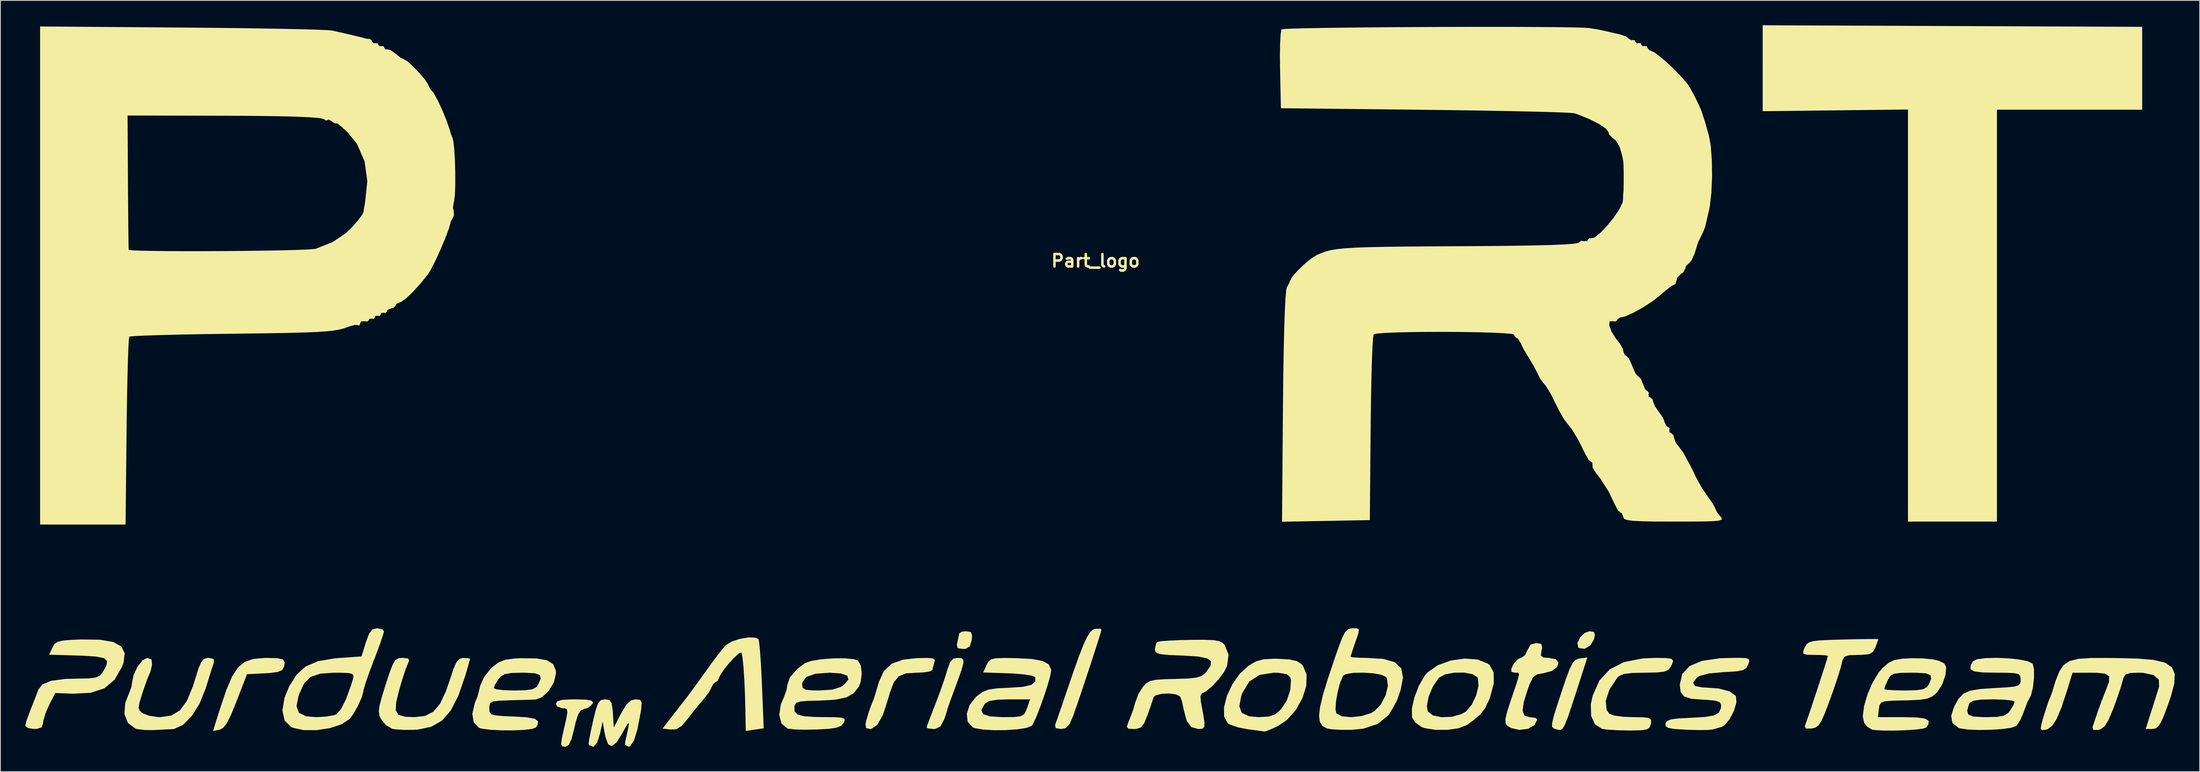
<source format=kicad_pcb>
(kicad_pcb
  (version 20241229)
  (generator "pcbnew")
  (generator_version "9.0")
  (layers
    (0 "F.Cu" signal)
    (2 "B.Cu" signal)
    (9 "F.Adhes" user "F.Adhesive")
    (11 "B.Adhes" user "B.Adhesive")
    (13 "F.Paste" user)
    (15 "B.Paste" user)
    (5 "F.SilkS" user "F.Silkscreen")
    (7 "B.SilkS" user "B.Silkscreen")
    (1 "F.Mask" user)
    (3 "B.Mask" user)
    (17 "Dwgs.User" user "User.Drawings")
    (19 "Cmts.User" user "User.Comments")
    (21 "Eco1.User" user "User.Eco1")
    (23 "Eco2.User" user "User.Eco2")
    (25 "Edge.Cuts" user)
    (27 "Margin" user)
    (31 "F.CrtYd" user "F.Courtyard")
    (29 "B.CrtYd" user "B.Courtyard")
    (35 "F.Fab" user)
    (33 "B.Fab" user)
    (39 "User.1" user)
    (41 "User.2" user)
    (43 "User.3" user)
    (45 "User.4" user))
  (footprint "Part_logo"
    (layer "F.Cu")
    (at 129.146 28.441)
    (property "Reference" "Part_logo" (at 0 0 0) (layer "F.SilkS") (effects (font (size 1.5 1.5) (thickness 0.3))))
    (attr board_only exclude_from_pos_files exclude_from_bom)
    (fp_poly (pts (xy 60.144 44.81) (xy 60.241 45.228) (xy 60.136 45.702) (xy 59.699 46.44) (xy 59.02 46.838) (xy 58.358 46.765) (xy 58.232 46.665) (xy 58.135 46.144) (xy 58.458 45.478) (xy 59.025 44.92) (xy 59.591 44.718)) (stroke (width 0) (type solid)) (fill yes) (layer "F.SilkS"))
    (fp_poly (pts (xy -15.051 44.817) (xy -14.896 45.255) (xy -14.949 45.792) (xy -15.187 46.573) (xy -15.71 46.849) (xy -16.002 46.865) (xy -16.641 46.763) (xy -16.743 46.328) (xy -16.682 46.06) (xy -16.509 45.317) (xy -16.461 44.987) (xy -16.152 44.779) (xy -15.624 44.718)) (stroke (width 0) (type solid)) (fill yes) (layer "F.SilkS"))
    (fp_poly (pts (xy 103.389 -28.346) (xy 126.285 -28.252) (xy 126.285 -23.248) (xy 126.285 -18.245) (xy 117.52 -18.245) (xy 108.755 -18.245) (xy 108.755 6.618) (xy 108.755 31.482) (xy 103.389 31.482) (xy 98.023 31.482) (xy 98.023 6.606) (xy 98.023 -18.269) (xy 89.257 -18.168) (xy 80.492 -18.066) (xy 80.493 -23.254) (xy 80.493 -28.441)) (stroke (width 0) (type solid)) (fill yes) (layer "F.SilkS"))
    (fp_poly (pts (xy 58.664 49.974) (xy 57.919 52.29) (xy 57.357 54.01) (xy 56.939 55.22) (xy 56.624 56.003) (xy 56.374 56.444) (xy 56.148 56.628) (xy 55.906 56.639) (xy 55.61 56.562) (xy 55.576 56.552) (xy 55.26 56.444) (xy 55.089 56.248) (xy 55.078 55.844) (xy 55.243 55.115) (xy 55.602 53.942) (xy 56.16 52.231) (xy 56.748 50.483) (xy 57.19 49.305) (xy 57.548 48.58) (xy 57.883 48.195) (xy 58.258 48.033) (xy 58.424 48.006) (xy 59.333 47.896)) (stroke (width 0) (type solid)) (fill yes) (layer "F.SilkS"))
    (fp_poly (pts (xy -98.719 47.976) (xy -98.057 48.129) (xy -97.841 48.473) (xy -97.92 49.016) (xy -98.153 49.413) (xy -98.704 49.645) (xy -99.743 49.771) (xy -100.245 49.8) (xy -102.392 49.906) (xy -103.656 53.183) (xy -104.305 54.782) (xy -104.817 55.81) (xy -105.258 56.381) (xy -105.697 56.608) (xy -105.707 56.61) (xy -106.494 56.761) (xy -105.638 54.049) (xy -104.891 51.827) (xy -104.206 50.212) (xy -103.497 49.11) (xy -102.676 48.427) (xy -101.657 48.071) (xy -100.353 47.949) (xy -99.96 47.943)) (stroke (width 0) (type solid)) (fill yes) (layer "F.SilkS"))
    (fp_poly (pts (xy 0.715 44.522) (xy 0.608 44.923) (xy 0.318 45.86) (xy -0.108 47.191) (xy -0.624 48.775) (xy -1.184 50.469) (xy -1.74 52.132) (xy -2.246 53.622) (xy -2.656 54.798) (xy -2.73 55.004) (xy -3.16 55.98) (xy -3.624 56.428) (xy -4.182 56.524) (xy -4.817 56.424) (xy -4.888 56.04) (xy -4.839 55.898) (xy -4.618 55.287) (xy -4.237 54.194) (xy -3.767 52.815) (xy -3.569 52.231) (xy -2.706 49.698) (xy -2.018 47.77) (xy -1.469 46.367) (xy -1.024 45.409) (xy -0.648 44.818) (xy -0.303 44.513) (xy -0.042 44.425) (xy 0.558 44.417)) (stroke (width 0) (type solid)) (fill yes) (layer "F.SilkS"))
    (fp_poly (pts (xy -61.532 52.976) (xy -60.858 53.084) (xy -60.648 53.302) (xy -60.68 53.462) (xy -61.16 53.925) (xy -61.649 54.088) (xy -62.111 54.276) (xy -62.451 54.788) (xy -62.754 55.782) (xy -62.902 56.435) (xy -63.227 57.718) (xy -63.548 58.418) (xy -63.93 58.664) (xy -64.021 58.67) (xy -64.363 58.616) (xy -64.49 58.343) (xy -64.414 57.691) (xy -64.174 56.613) (xy -63.869 55.29) (xy -63.737 54.517) (xy -63.791 54.145) (xy -64.043 54.029) (xy -64.394 54.02) (xy -64.977 53.796) (xy -65.11 53.483) (xy -64.954 53.181) (xy -64.398 53.014) (xy -63.307 52.95) (xy -62.796 52.946)) (stroke (width 0) (type solid)) (fill yes) (layer "F.SilkS"))
    (fp_poly (pts (xy -16.2 47.971) (xy -15.967 48.146) (xy -15.955 48.579) (xy -16.173 49.388) (xy -16.632 50.686) (xy -16.974 51.607) (xy -17.413 52.797) (xy -17.733 53.687) (xy -17.868 54.102) (xy -17.87 54.111) (xy -17.97 54.471) (xy -18.224 55.237) (xy -18.267 55.361) (xy -18.713 56.213) (xy -19.345 56.515) (xy -19.532 56.524) (xy -20.188 56.464) (xy -20.392 56.354) (xy -20.269 55.965) (xy -19.942 55.084) (xy -19.477 53.884) (xy -19.353 53.571) (xy -18.784 52.074) (xy -18.271 50.612) (xy -17.92 49.491) (xy -17.909 49.448) (xy -17.574 48.474) (xy -17.169 48.031) (xy -16.642 47.938)) (stroke (width 0) (type solid)) (fill yes) (layer "F.SilkS"))
    (fp_poly (pts (xy -19.615 48.01) (xy -19.396 48.2) (xy -19.448 48.477) (xy -19.648 49.166) (xy -19.676 49.398) (xy -19.999 49.578) (xy -20.833 49.698) (xy -21.635 49.727) (xy -22.885 49.811) (xy -23.739 50.15) (xy -24.337 50.874) (xy -24.818 52.115) (xy -25.051 52.946) (xy -25.668 54.841) (xy -26.336 56.027) (xy -27.059 56.511) (xy -27.205 56.524) (xy -27.692 56.41) (xy -27.761 55.933) (xy -27.68 55.54) (xy -27.355 54.429) (xy -27.077 53.662) (xy -26.852 53.109) (xy -26.701 52.702) (xy -26.541 52.192) (xy -26.292 51.329) (xy -26.171 50.907) (xy -25.567 49.548) (xy -24.607 48.648) (xy -23.184 48.141) (xy -21.505 47.966) (xy -20.272 47.943)) (stroke (width 0) (type solid)) (fill yes) (layer "F.SilkS"))
    (fp_poly (pts (xy 68.804 47.955) (xy 69.486 48.05) (xy 69.691 48.294) (xy 69.535 48.757) (xy 69.39 49.035) (xy 69.103 49.39) (xy 68.602 49.6) (xy 67.722 49.7) (xy 66.3 49.727) (xy 66.226 49.727) (xy 64.712 49.761) (xy 63.747 49.883) (xy 63.169 50.125) (xy 62.929 50.353) (xy 61.99 51.803) (xy 61.558 53.126) (xy 61.659 54.206) (xy 61.962 54.664) (xy 62.549 54.898) (xy 63.648 55.05) (xy 64.774 55.093) (xy 66.039 55.108) (xy 66.738 55.188) (xy 67.018 55.386) (xy 67.028 55.758) (xy 67.003 55.898) (xy 66.862 56.324) (xy 66.532 56.566) (xy 65.847 56.675) (xy 64.64 56.703) (xy 64.391 56.703) (xy 63.013 56.676) (xy 61.825 56.605) (xy 61.128 56.513) (xy 60.263 55.976) (xy 59.793 54.946) (xy 59.754 53.548) (xy 59.97 52.523) (xy 60.79 50.676) (xy 62.035 49.328) (xy 63.753 48.448) (xy 65.992 48.006) (xy 67.525 47.94)) (stroke (width 0) (type solid)) (fill yes) (layer "F.SilkS"))
    (fp_poly (pts (xy -54.979 53) (xy -54.773 53.292) (xy -54.815 54.014) (xy -54.883 54.467) (xy -55.278 56.545) (xy -55.701 57.917) (xy -56.154 58.592) (xy -56.383 58.67) (xy -56.779 58.421) (xy -56.76 58.044) (xy -56.567 57.235) (xy -56.38 56.345) (xy -56.313 55.839) (xy -56.443 55.876) (xy -56.815 56.499) (xy -57.069 56.971) (xy -57.792 58.132) (xy -58.372 58.596) (xy -58.821 58.364) (xy -59.153 57.437) (xy -59.209 57.15) (xy -59.482 55.63) (xy -59.813 57.15) (xy -60.15 58.178) (xy -60.565 58.653) (xy -60.659 58.67) (xy -61.121 58.46) (xy -61.175 58.294) (xy -61.1 57.777) (xy -60.903 56.776) (xy -60.625 55.501) (xy -60.609 55.432) (xy -60.287 54.127) (xy -60.008 53.377) (xy -59.686 53.033) (xy -59.237 52.947) (xy -59.198 52.946) (xy -58.678 53.026) (xy -58.405 53.388) (xy -58.273 54.216) (xy -58.242 54.646) (xy -58.132 56.345) (xy -57.257 54.646) (xy -56.628 53.586) (xy -56.066 53.068) (xy -55.513 52.946)) (stroke (width 0) (type solid)) (fill yes) (layer "F.SilkS"))
    (fp_poly (pts (xy 53.781 46.249) (xy 53.882 46.695) (xy 53.809 47.044) (xy 53.73 47.665) (xy 54.049 47.903) (xy 54.696 47.938) (xy 55.55 48.111) (xy 55.86 48.529) (xy 55.679 49.047) (xy 55.061 49.514) (xy 54.059 49.784) (xy 54.031 49.787) (xy 53.281 49.924) (xy 52.801 50.275) (xy 52.409 51.025) (xy 52.158 51.694) (xy 51.661 53.281) (xy 51.523 54.323) (xy 51.75 54.901) (xy 52.346 55.092) (xy 52.41 55.093) (xy 53.08 55.185) (xy 53.299 55.361) (xy 52.972 56.051) (xy 52.177 56.5) (xy 51.138 56.633) (xy 50.153 56.407) (xy 49.695 56.159) (xy 49.461 55.829) (xy 49.456 55.276) (xy 49.682 54.359) (xy 50.145 52.937) (xy 50.263 52.589) (xy 50.739 51.192) (xy 51.01 50.342) (xy 51.095 49.903) (xy 51.009 49.742) (xy 50.769 49.724) (xy 50.621 49.727) (xy 50.167 49.632) (xy 50.165 49.238) (xy 50.455 48.63) (xy 50.965 48.072) (xy 51.342 47.938) (xy 51.807 47.633) (xy 52.084 47.044) (xy 52.49 46.327) (xy 53.171 46.149)) (stroke (width 0) (type solid)) (fill yes) (layer "F.SilkS"))
    (fp_poly (pts (xy 94.446 45.679) (xy 94.446 45.679) (xy 94.334 46.02) (xy 94.096 46.663) (xy 93.799 47.22) (xy 93.313 47.492) (xy 92.414 47.577) (xy 91.99 47.58) (xy 90.931 47.614) (xy 90.38 47.786) (xy 90.131 48.199) (xy 90.049 48.564) (xy 89.848 49.319) (xy 89.461 50.543) (xy 88.952 52.035) (xy 88.626 52.946) (xy 88.043 54.502) (xy 87.606 55.504) (xy 87.234 56.082) (xy 86.848 56.36) (xy 86.396 56.463) (xy 85.713 56.477) (xy 85.575 56.205) (xy 85.664 55.926) (xy 85.87 55.353) (xy 86.221 54.322) (xy 86.662 52.998) (xy 87.142 51.543) (xy 87.605 50.121) (xy 87.999 48.896) (xy 88.27 48.031) (xy 88.363 47.693) (xy 88.043 47.626) (xy 87.234 47.585) (xy 86.761 47.58) (xy 85.787 47.559) (xy 85.382 47.423) (xy 85.402 47.068) (xy 85.557 46.706) (xy 85.759 46.335) (xy 86.049 46.082) (xy 86.561 45.922) (xy 87.425 45.824) (xy 88.773 45.763) (xy 90.201 45.722) (xy 91.848 45.685) (xy 93.197 45.664) (xy 94.109 45.662)) (stroke (width 0) (type solid)) (fill yes) (layer "F.SilkS"))
    (fp_poly (pts (xy -82.939 48.002) (xy -82.828 48.286) (xy -82.968 48.6) (xy -83.238 49.265) (xy -83.61 50.386) (xy -84.005 51.724) (xy -84.021 51.781) (xy -84.392 53.301) (xy -84.446 54.271) (xy -84.115 54.813) (xy -83.332 55.047) (xy -82.193 55.093) (xy -80.908 54.944) (xy -79.904 54.434) (xy -79.092 53.467) (xy -78.378 51.945) (xy -77.918 50.591) (xy -77.466 49.23) (xy -77.102 48.426) (xy -76.742 48.042) (xy -76.302 47.941) (xy -76.289 47.941) (xy -75.66 47.982) (xy -75.485 48.052) (xy -75.578 48.428) (xy -75.819 49.282) (xy -76.061 50.109) (xy -76.895 52.522) (xy -77.808 54.298) (xy -78.875 55.516) (xy -80.169 56.255) (xy -81.766 56.592) (xy -82.228 56.623) (xy -83.461 56.632) (xy -84.516 56.564) (xy -84.849 56.509) (xy -85.623 56.064) (xy -86.191 55.387) (xy -86.416 54.893) (xy -86.486 54.356) (xy -86.38 53.611) (xy -86.076 52.49) (xy -85.673 51.198) (xy -85.179 49.686) (xy -84.811 48.732) (xy -84.488 48.208) (xy -84.132 47.986) (xy -83.66 47.938) (xy -83.625 47.938)) (stroke (width 0) (type solid)) (fill yes) (layer "F.SilkS"))
    (fp_poly (pts (xy 46.083 48.134) (xy 47.324 48.627) (xy 47.553 48.808) (xy 48.032 49.706) (xy 48.043 51.043) (xy 47.59 52.717) (xy 47.442 53.089) (xy 46.99 54.023) (xy 46.438 54.745) (xy 45.59 55.474) (xy 44.804 56.043) (xy 43.831 56.428) (xy 42.457 56.626) (xy 40.974 56.624) (xy 39.674 56.408) (xy 39.353 56.295) (xy 38.574 55.742) (xy 38.179 55.107) (xy 38.163 54.057) (xy 38.241 53.714) (xy 39.973 53.714) (xy 40.085 54.41) (xy 40.702 54.886) (xy 41.741 55.1) (xy 42.958 55.052) (xy 44.109 54.741) (xy 44.694 54.408) (xy 45.387 53.595) (xy 45.918 52.478) (xy 46.197 51.329) (xy 46.132 50.417) (xy 46.081 50.307) (xy 45.503 49.912) (xy 44.495 49.717) (xy 43.314 49.719) (xy 42.215 49.917) (xy 41.456 50.306) (xy 41.411 50.353) (xy 40.697 51.403) (xy 40.19 52.606) (xy 39.973 53.714) (xy 38.241 53.714) (xy 38.473 52.694) (xy 39.018 51.284) (xy 39.707 50.094) (xy 40.042 49.697) (xy 41.287 48.826) (xy 42.851 48.259) (xy 44.52 48.019)) (stroke (width 0) (type solid)) (fill yes) (layer "F.SilkS"))
    (fp_poly (pts (xy -120.139 45.745) (xy -118.539 46.019) (xy -117.553 46.562) (xy -117.149 47.393) (xy -117.296 48.536) (xy -117.483 49.043) (xy -118.379 50.59) (xy -119.6 51.609) (xy -121.24 52.151) (xy -123.392 52.266) (xy -123.492 52.262) (xy -125.529 52.182) (xy -126.265 53.623) (xy -126.72 54.673) (xy -126.978 55.573) (xy -127 55.794) (xy -127.163 56.327) (xy -127.775 56.515) (xy -128.073 56.524) (xy -128.827 56.414) (xy -129.146 56.148) (xy -129.146 56.143) (xy -129.02 55.611) (xy -128.698 54.681) (xy -128.465 54.086) (xy -128.025 52.977) (xy -127.68 52.066) (xy -127.58 51.778) (xy -127.068 51.128) (xy -125.995 50.7) (xy -124.311 50.48) (xy -122.904 50.442) (xy -121.518 50.418) (xy -120.662 50.314) (xy -120.153 50.083) (xy -119.806 49.677) (xy -119.781 49.637) (xy -119.35 48.849) (xy -119.281 48.312) (xy -119.654 47.975) (xy -120.55 47.782) (xy -122.051 47.682) (xy -122.783 47.657) (xy -126.258 47.555) (xy -125.862 46.686) (xy -125.617 46.263) (xy -125.247 45.997) (xy -124.592 45.844) (xy -123.492 45.758) (xy -122.387 45.715)) (stroke (width 0) (type solid)) (fill yes) (layer "F.SilkS"))
    (fp_poly (pts (xy 22.082 48.051) (xy 23.434 48.134) (xy 24.282 48.328) (xy 24.838 48.693) (xy 25.029 48.906) (xy 25.463 49.968) (xy 25.418 51.319) (xy 24.963 52.79) (xy 24.169 54.213) (xy 23.105 55.419) (xy 22.014 56.16) (xy 21.099 56.579) (xy 20.487 56.812) (xy 20.368 56.831) (xy 19.954 56.763) (xy 19.063 56.643) (xy 18.383 56.558) (xy 17.2 56.331) (xy 16.247 56.007) (xy 15.942 55.827) (xy 15.51 55.04) (xy 15.498 53.885) (xy 15.527 53.771) (xy 17.342 53.771) (xy 17.638 54.571) (xy 18.506 54.991) (xy 19.706 55.093) (xy 20.918 55.017) (xy 21.725 54.718) (xy 22.368 54.155) (xy 23.06 53.094) (xy 23.491 51.826) (xy 23.574 50.658) (xy 23.483 50.266) (xy 23.057 49.902) (xy 22.075 49.741) (xy 21.496 49.727) (xy 19.794 49.99) (xy 18.542 50.8) (xy 17.696 52.191) (xy 17.574 52.535) (xy 17.342 53.771) (xy 15.527 53.771) (xy 15.847 52.528) (xy 16.496 51.131) (xy 17.387 49.86) (xy 18.46 48.877) (xy 18.474 48.868) (xy 19.358 48.359) (xy 20.268 48.105) (xy 21.491 48.04)) (stroke (width 0) (type solid)) (fill yes) (layer "F.SilkS"))
    (fp_poly (pts (xy -106.416 48.064) (xy -106.385 48.486) (xy -106.587 49.083) (xy -106.925 50.148) (xy -107.329 51.462) (xy -107.376 51.617) (xy -108.111 53.459) (xy -109.058 54.97) (xy -110.121 56.03) (xy -111.204 56.523) (xy -111.419 56.543) (xy -112.249 56.578) (xy -113.375 56.639) (xy -113.637 56.655) (xy -114.768 56.649) (xy -115.701 56.522) (xy -115.849 56.476) (xy -116.758 55.803) (xy -117.181 54.726) (xy -117.089 53.391) (xy -116.655 52.286) (xy -116.338 51.441) (xy -116.268 50.967) (xy -116.08 50.009) (xy -115.615 49.025) (xy -115.017 48.255) (xy -114.433 47.938) (xy -114.426 47.938) (xy -113.909 48.13) (xy -113.85 48.743) (xy -114.027 49.543) (xy -114.172 49.906) (xy -114.394 50.424) (xy -114.741 51.383) (xy -115.016 52.2) (xy -115.36 53.307) (xy -115.47 53.942) (xy -115.344 54.314) (xy -114.995 54.615) (xy -114.226 54.922) (xy -113.136 55.085) (xy -112.853 55.093) (xy -111.534 54.904) (xy -110.493 54.281) (xy -109.65 53.139) (xy -108.927 51.396) (xy -108.693 50.647) (xy -108.267 49.278) (xy -107.927 48.463) (xy -107.589 48.064) (xy -107.167 47.942) (xy -107.035 47.938)) (stroke (width 0) (type solid)) (fill yes) (layer "F.SilkS"))
    (fp_poly (pts (xy -41.016 45.494) (xy -40.672 45.683) (xy -40.585 46.142) (xy -40.486 47.18) (xy -40.384 48.66) (xy -40.29 50.447) (xy -40.256 51.227) (xy -40.046 56.44) (xy -41.13 56.599) (xy -42.214 56.758) (xy -42.253 54.405) (xy -42.306 52.344) (xy -42.39 50.476) (xy -42.495 48.929) (xy -42.612 47.829) (xy -42.734 47.303) (xy -42.746 47.286) (xy -43.063 47.413) (xy -43.639 47.94) (xy -44.316 48.687) (xy -44.936 49.473) (xy -45.343 50.118) (xy -45.419 50.353) (xy -45.645 50.769) (xy -45.767 50.8) (xy -46.142 51.092) (xy -46.3 51.426) (xy -46.675 52.124) (xy -47.302 52.934) (xy -47.314 52.946) (xy -48.036 53.794) (xy -48.888 54.866) (xy -49.196 55.272) (xy -49.95 56.163) (xy -50.584 56.555) (xy -51.254 56.589) (xy -52.245 56.475) (xy -51.433 55.413) (xy -50.637 54.384) (xy -49.783 53.296) (xy -49.708 53.202) (xy -49.061 52.353) (xy -48.177 51.15) (xy -47.229 49.826) (xy -47.051 49.574) (xy -46.153 48.332) (xy -45.323 47.245) (xy -44.71 46.505) (xy -44.606 46.394) (xy -43.901 45.962) (xy -42.899 45.637) (xy -41.853 45.466)) (stroke (width 0) (type solid)) (fill yes) (layer "F.SilkS"))
    (fp_poly (pts (xy -86.049 44.494) (xy -85.859 44.726) (xy -85.983 45.2) (xy -86.314 46.172) (xy -86.796 47.477) (xy -87.111 48.296) (xy -87.654 49.736) (xy -88.078 50.959) (xy -88.325 51.79) (xy -88.363 52.015) (xy -88.54 52.687) (xy -88.972 53.66) (xy -89.517 54.642) (xy -89.981 55.288) (xy -90.951 55.944) (xy -92.374 56.414) (xy -94.003 56.664) (xy -95.592 56.659) (xy -96.894 56.366) (xy -97.085 56.277) (xy -97.855 55.502) (xy -98.12 54.307) (xy -98.033 53.767) (xy -96.419 53.767) (xy -96.132 54.566) (xy -95.268 54.989) (xy -94.051 55.093) (xy -92.868 55.027) (xy -91.909 54.86) (xy -91.615 54.752) (xy -91.057 54.14) (xy -90.443 52.919) (xy -89.818 51.187) (xy -89.62 50.532) (xy -89.537 50.109) (xy -89.686 49.868) (xy -90.21 49.758) (xy -91.25 49.728) (xy -91.854 49.727) (xy -93.543 49.836) (xy -94.705 50.236) (xy -95.506 51.033) (xy -96.109 52.335) (xy -96.178 52.535) (xy -96.419 53.767) (xy -98.033 53.767) (xy -97.874 52.784) (xy -97.323 51.422) (xy -96.412 49.963) (xy -95.293 48.964) (xy -93.818 48.338) (xy -91.837 48) (xy -91.257 47.951) (xy -88.575 47.759) (xy -88.049 46.06) (xy -87.66 45.009) (xy -87.258 44.498) (xy -86.71 44.361) (xy -86.691 44.361)) (stroke (width 0) (type solid)) (fill yes) (layer "F.SilkS"))
    (fp_poly (pts (xy 78.405 47.961) (xy 78.804 48.08) (xy 78.873 48.328) (xy 78.751 48.72) (xy 78.524 49.152) (xy 78.124 49.414) (xy 77.38 49.559) (xy 76.124 49.641) (xy 75.812 49.655) (xy 74.009 49.814) (xy 72.873 50.122) (xy 72.551 50.328) (xy 72.107 50.939) (xy 72.339 51.339) (xy 73.231 51.51) (xy 73.493 51.515) (xy 75.212 51.639) (xy 76.501 51.984) (xy 77.23 52.516) (xy 77.269 52.58) (xy 77.323 53.307) (xy 77.032 54.306) (xy 76.52 55.312) (xy 75.911 56.058) (xy 75.555 56.268) (xy 74.699 56.509) (xy 74.411 56.588) (xy 73.804 56.644) (xy 72.711 56.654) (xy 71.36 56.617) (xy 71.258 56.613) (xy 69.9 56.527) (xy 69.122 56.401) (xy 68.787 56.194) (xy 68.758 55.882) (xy 68.93 55.573) (xy 69.394 55.373) (xy 70.289 55.25) (xy 71.751 55.172) (xy 71.9 55.167) (xy 73.551 55.07) (xy 74.611 54.883) (xy 75.202 54.554) (xy 75.447 54.029) (xy 75.479 53.631) (xy 75.332 53.303) (xy 74.79 53.107) (xy 73.715 53.003) (xy 73.256 52.983) (xy 71.84 52.87) (xy 70.999 52.594) (xy 70.596 52.065) (xy 70.493 51.193) (xy 70.493 51.158) (xy 70.792 49.871) (xy 71.683 48.92) (xy 73.182 48.295) (xy 75.306 47.988) (xy 76.107 47.955) (xy 77.55 47.932)) (stroke (width 0) (type solid)) (fill yes) (layer "F.SilkS"))
    (fp_poly (pts (xy 31.533 44.369) (xy 31.767 44.509) (xy 31.714 44.951) (xy 31.403 45.866) (xy 31.303 46.149) (xy 30.981 47.09) (xy 30.789 47.701) (xy 30.766 47.804) (xy 31.089 47.878) (xy 31.921 47.927) (xy 32.68 47.938) (xy 34.707 48.059) (xy 36.092 48.459) (xy 36.874 49.194) (xy 37.092 50.32) (xy 36.786 51.893) (xy 36.316 53.196) (xy 35.381 54.823) (xy 34.067 55.904) (xy 32.297 56.487) (xy 30.935 56.621) (xy 29.605 56.626) (xy 28.49 56.559) (xy 27.89 56.45) (xy 27.377 56.158) (xy 27.064 55.684) (xy 26.962 54.952) (xy 27.052 54.149) (xy 28.945 54.149) (xy 29.051 54.645) (xy 29.741 54.997) (xy 30.837 55.098) (xy 32.081 54.963) (xy 33.216 54.609) (xy 33.653 54.359) (xy 34.435 53.533) (xy 34.999 52.442) (xy 35.266 51.327) (xy 35.155 50.428) (xy 35.036 50.236) (xy 34.482 49.972) (xy 33.486 49.797) (xy 32.286 49.72) (xy 31.122 49.746) (xy 30.231 49.884) (xy 29.873 50.082) (xy 29.517 50.906) (xy 29.214 52.023) (xy 29.009 53.187) (xy 28.945 54.149) (xy 27.052 54.149) (xy 27.081 53.886) (xy 27.433 52.411) (xy 28.028 50.449) (xy 28.877 47.925) (xy 29.215 46.954) (xy 29.711 45.62) (xy 30.101 44.835) (xy 30.481 44.461) (xy 30.943 44.361) (xy 30.981 44.361)) (stroke (width 0) (type solid)) (fill yes) (layer "F.SilkS"))
    (fp_poly (pts (xy -9.572 47.969) (xy -7.671 48.073) (xy -6.393 48.314) (xy -5.656 48.723) (xy -5.375 49.33) (xy -5.366 49.494) (xy -5.487 50.173) (xy -5.802 51.283) (xy -6.239 52.619) (xy -6.727 53.977) (xy -7.193 55.154) (xy -7.568 55.944) (xy -7.693 56.126) (xy -8.291 56.378) (xy -9.39 56.556) (xy -10.78 56.656) (xy -12.247 56.67) (xy -13.583 56.593) (xy -14.574 56.42) (xy -14.822 56.325) (xy -15.425 55.67) (xy -15.543 54.709) (xy -15.402 54.263) (xy -13.773 54.263) (xy -13.566 54.734) (xy -12.757 54.999) (xy -11.298 55.092) (xy -11.087 55.093) (xy -9.796 55.078) (xy -9.036 54.985) (xy -8.625 54.745) (xy -8.378 54.287) (xy -8.282 54.02) (xy -7.908 52.946) (xy -10.443 52.946) (xy -11.892 52.988) (xy -12.793 53.136) (xy -13.309 53.423) (xy -13.426 53.558) (xy -13.773 54.263) (xy -15.402 54.263) (xy -15.203 53.635) (xy -14.429 52.643) (xy -14.324 52.551) (xy -13.639 52.058) (xy -12.902 51.765) (xy -11.886 51.613) (xy -10.458 51.546) (xy -8.782 51.436) (xy -7.744 51.194) (xy -7.274 50.791) (xy -7.279 50.263) (xy -7.663 50.091) (xy -8.591 49.938) (xy -9.893 49.828) (xy -10.479 49.802) (xy -13.567 49.699) (xy -13.158 48.802) (xy -12.927 48.374) (xy -12.606 48.114) (xy -12.038 47.984) (xy -11.065 47.948)) (stroke (width 0) (type solid)) (fill yes) (layer "F.SilkS"))
    (fp_poly (pts (xy -29.161 48.099) (xy -28.688 48.254) (xy -28.336 48.831) (xy -28.216 49.791) (xy -28.342 50.834) (xy -28.563 51.418) (xy -29.169 52.196) (xy -30.071 52.704) (xy -31.403 52.987) (xy -33.298 53.093) (xy -33.409 53.094) (xy -34.836 53.128) (xy -35.697 53.215) (xy -36.142 53.394) (xy -36.32 53.701) (xy -36.345 53.832) (xy -36.321 54.4) (xy -35.974 54.77) (xy -35.195 54.982) (xy -33.875 55.074) (xy -32.811 55.087) (xy -31.423 55.101) (xy -30.624 55.161) (xy -30.287 55.302) (xy -30.288 55.56) (xy -30.394 55.781) (xy -30.696 56.138) (xy -31.244 56.365) (xy -32.195 56.502) (xy -33.654 56.586) (xy -35.1 56.612) (xy -36.326 56.575) (xy -37.11 56.484) (xy -37.202 56.458) (xy -37.907 55.853) (xy -38.17 54.83) (xy -37.976 53.548) (xy -37.588 52.635) (xy -37.272 51.742) (xy -37.206 51.236) (xy -37.183 51.17) (xy -35.417 51.17) (xy -35.334 51.566) (xy -34.974 51.779) (xy -34.175 51.862) (xy -33.31 51.873) (xy -31.769 51.773) (xy -30.735 51.445) (xy -30.391 51.216) (xy -29.829 50.567) (xy -29.952 50.096) (xy -30.748 49.813) (xy -32.063 49.727) (xy -33.805 49.853) (xy -34.904 50.24) (xy -35.387 50.901) (xy -35.417 51.17) (xy -37.183 51.17) (xy -36.886 50.291) (xy -36.01 49.279) (xy -35.059 48.567) (xy -34.274 48.296) (xy -33.05 48.101) (xy -31.629 47.996) (xy -30.252 47.991)) (stroke (width 0) (type solid)) (fill yes) (layer "F.SilkS"))
    (fp_poly (pts (xy 123.118 47.957) (xy 125.726 48.021) (xy 127.681 48.188) (xy 129.041 48.517) (xy 129.867 49.066) (xy 130.218 49.893) (xy 130.155 51.055) (xy 129.737 52.612) (xy 129.279 53.93) (xy 128.758 55.274) (xy 128.346 56.064) (xy 127.953 56.436) (xy 127.521 56.524) (xy 126.708 56.524) (xy 127.416 54.288) (xy 127.815 53.028) (xy 128.147 51.977) (xy 128.32 51.424) (xy 128.295 50.577) (xy 127.639 50.007) (xy 126.389 49.743) (xy 125.89 49.727) (xy 124.834 49.763) (xy 124.279 49.944) (xy 124.014 50.376) (xy 123.926 50.711) (xy 123.683 51.545) (xy 123.268 52.774) (xy 122.791 54.078) (xy 122.237 55.403) (xy 121.764 56.18) (xy 121.272 56.552) (xy 121.012 56.628) (xy 120.389 56.653) (xy 120.292 56.32) (xy 120.321 56.212) (xy 120.841 54.645) (xy 121.472 52.925) (xy 121.859 51.951) (xy 122.274 50.828) (xy 122.296 50.163) (xy 121.831 49.839) (xy 120.788 49.736) (xy 120.113 49.73) (xy 117.877 49.733) (xy 117.191 51.966) (xy 116.537 53.943) (xy 115.962 55.307) (xy 115.417 56.148) (xy 114.854 56.557) (xy 114.66 56.611) (xy 114.196 56.666) (xy 114.031 56.483) (xy 114.132 55.899) (xy 114.356 55.123) (xy 114.696 54.028) (xy 114.989 53.17) (xy 115.077 52.946) (xy 115.314 52.375) (xy 115.365 52.231) (xy 115.844 50.69) (xy 116.288 49.567) (xy 116.814 48.796) (xy 117.54 48.312) (xy 118.582 48.053) (xy 120.057 47.952) (xy 122.082 47.947)) (stroke (width 0) (type solid)) (fill yes) (layer "F.SilkS"))
    (fp_poly (pts (xy 99.815 47.999) (xy 101.061 48.125) (xy 101.757 48.287) (xy 102.413 48.616) (xy 102.635 49.088) (xy 102.552 49.977) (xy 102.551 49.984) (xy 102.165 51.13) (xy 101.52 52.114) (xy 101.48 52.156) (xy 100.968 52.587) (xy 100.367 52.851) (xy 99.485 52.994) (xy 98.133 53.059) (xy 97.623 53.07) (xy 96.162 53.105) (xy 95.268 53.177) (xy 94.794 53.336) (xy 94.591 53.63) (xy 94.511 54.109) (xy 94.398 55.093) (xy 97.462 55.093) (xy 99.093 55.131) (xy 100.088 55.269) (xy 100.525 55.542) (xy 100.48 55.983) (xy 100.253 56.345) (xy 99.818 56.485) (xy 98.869 56.599) (xy 97.605 56.68) (xy 96.226 56.719) (xy 94.933 56.708) (xy 93.927 56.641) (xy 93.678 56.602) (xy 93.097 56.24) (xy 92.736 55.803) (xy 92.569 54.973) (xy 92.729 53.746) (xy 93.149 52.322) (xy 93.413 51.711) (xy 95.161 51.711) (xy 95.488 51.791) (xy 96.349 51.849) (xy 97.563 51.873) (xy 97.652 51.873) (xy 99.017 51.842) (xy 99.843 51.722) (xy 100.307 51.468) (xy 100.514 51.181) (xy 100.823 50.464) (xy 100.744 50.028) (xy 100.179 49.807) (xy 99.034 49.731) (xy 98.438 49.727) (xy 97.128 49.748) (xy 96.347 49.85) (xy 95.907 50.094) (xy 95.622 50.538) (xy 95.576 50.638) (xy 95.272 51.356) (xy 95.161 51.711) (xy 93.413 51.711) (xy 93.762 50.903) (xy 94.501 49.688) (xy 94.958 49.159) (xy 95.677 48.541) (xy 96.393 48.196) (xy 97.367 48.034) (xy 98.423 47.98)) (stroke (width 0) (type solid)) (fill yes) (layer "F.SilkS"))
    (fp_poly (pts (xy 110.135 47.993) (xy 111.471 48.136) (xy 112.514 48.355) (xy 113.063 48.642) (xy 113.071 48.654) (xy 113.229 49.321) (xy 113.229 50.378) (xy 113.098 51.525) (xy 112.864 52.458) (xy 112.703 52.768) (xy 112.418 53.324) (xy 112.069 54.239) (xy 112.003 54.438) (xy 111.599 55.408) (xy 111.153 56.097) (xy 111.082 56.165) (xy 110.477 56.375) (xy 109.375 56.529) (xy 107.992 56.621) (xy 106.544 56.644) (xy 105.248 56.59) (xy 104.319 56.453) (xy 104.132 56.389) (xy 103.382 55.801) (xy 103.231 54.929) (xy 103.437 54.311) (xy 105.165 54.311) (xy 105.304 54.787) (xy 105.918 55.02) (xy 107.115 55.091) (xy 107.483 55.093) (xy 108.793 55.058) (xy 109.595 54.914) (xy 110.093 54.604) (xy 110.345 54.298) (xy 110.759 53.613) (xy 110.901 53.225) (xy 110.573 53.091) (xy 109.706 52.992) (xy 108.475 52.947) (xy 108.257 52.946) (xy 106.815 52.98) (xy 105.944 53.101) (xy 105.502 53.336) (xy 105.395 53.512) (xy 105.165 54.311) (xy 103.437 54.311) (xy 103.599 53.825) (xy 104.11 52.894) (xy 104.692 52.28) (xy 105.507 51.905) (xy 106.719 51.697) (xy 108.429 51.58) (xy 109.945 51.498) (xy 110.884 51.399) (xy 111.383 51.241) (xy 111.582 50.979) (xy 111.617 50.577) (xy 111.584 50.165) (xy 111.39 49.914) (xy 110.894 49.783) (xy 109.954 49.734) (xy 108.576 49.727) (xy 106.975 49.694) (xy 106.001 49.565) (xy 105.567 49.296) (xy 105.587 48.844) (xy 105.853 48.348) (xy 106.365 48.103) (xy 107.382 47.968) (xy 108.705 47.934)) (stroke (width 0) (type solid)) (fill yes) (layer "F.SilkS"))
    (fp_poly (pts (xy -67.464 48) (xy -66.192 48.229) (xy -65.443 48.704) (xy -65.131 49.461) (xy -65.11 49.811) (xy -65.355 50.874) (xy -65.973 51.908) (xy -66.784 52.684) (xy -67.539 52.968) (xy -68.193 52.988) (xy -69.318 53.021) (xy -70.655 53.058) (xy -71.964 53.107) (xy -72.713 53.207) (xy -73.058 53.417) (xy -73.155 53.797) (xy -73.159 54.02) (xy -73.126 54.459) (xy -72.932 54.731) (xy -72.433 54.884) (xy -71.486 54.966) (xy -70.208 55.018) (xy -68.615 55.115) (xy -67.659 55.295) (xy -67.262 55.598) (xy -67.346 56.06) (xy -67.53 56.345) (xy -68.001 56.518) (xy -68.984 56.633) (xy -70.277 56.689) (xy -71.679 56.685) (xy -72.988 56.62) (xy -74.004 56.494) (xy -74.406 56.38) (xy -75.036 55.74) (xy -75.206 54.683) (xy -74.894 53.359) (xy -74.872 53.304) (xy -74.638 52.729) (xy -74.582 52.589) (xy -74.459 52.15) (xy -74.323 51.595) (xy -72.623 51.595) (xy -72.295 51.732) (xy -71.434 51.832) (xy -70.22 51.873) (xy -70.131 51.873) (xy -68.766 51.842) (xy -67.94 51.722) (xy -67.476 51.468) (xy -67.269 51.181) (xy -66.957 50.45) (xy -67.049 50.012) (xy -67.641 49.796) (xy -68.828 49.729) (xy -69.204 49.727) (xy -70.514 49.762) (xy -71.316 49.906) (xy -71.814 50.215) (xy -72.066 50.522) (xy -72.48 51.207) (xy -72.623 51.595) (xy -74.323 51.595) (xy -74.256 51.325) (xy -74.237 51.245) (xy -73.785 50.25) (xy -73.012 49.258) (xy -72.81 49.067) (xy -72.037 48.485) (xy -71.225 48.162) (xy -70.102 48.014) (xy -69.345 47.979)) (stroke (width 0) (type solid)) (fill yes) (layer "F.SilkS"))
    (fp_poly (pts (xy 14.224 45.798) (xy 14.925 45.92) (xy 15.35 46.141) (xy 15.57 46.375) (xy 16.046 47.558) (xy 15.865 48.899) (xy 15.495 49.65) (xy 14.833 50.541) (xy 14.033 51.391) (xy 13.287 52.015) (xy 12.816 52.231) (xy 12.653 52.531) (xy 12.697 53.215) (xy 12.989 54.753) (xy 13.133 55.721) (xy 13.116 56.25) (xy 12.926 56.474) (xy 12.55 56.523) (xy 12.377 56.524) (xy 11.546 56.292) (xy 10.985 55.537) (xy 10.63 54.171) (xy 10.624 54.131) (xy 10.428 53.215) (xy 10.21 52.612) (xy 10.209 52.611) (xy 9.717 52.346) (xy 8.861 52.239) (xy 7.93 52.283) (xy 7.217 52.472) (xy 7.004 52.678) (xy 6.815 53.26) (xy 6.478 54.237) (xy 6.27 54.825) (xy 5.855 55.848) (xy 5.452 56.354) (xy 4.892 56.516) (xy 4.627 56.524) (xy 3.95 56.49) (xy 3.767 56.255) (xy 3.986 55.617) (xy 4.098 55.361) (xy 4.513 54.271) (xy 4.799 53.276) (xy 4.8 53.273) (xy 5.169 52.306) (xy 5.704 51.444) (xy 6.105 51.005) (xy 6.581 50.732) (xy 7.307 50.581) (xy 8.458 50.508) (xy 9.557 50.482) (xy 11.12 50.431) (xy 12.138 50.325) (xy 12.779 50.128) (xy 13.214 49.801) (xy 13.341 49.659) (xy 13.871 48.891) (xy 13.923 48.347) (xy 13.44 47.988) (xy 12.363 47.773) (xy 10.636 47.662) (xy 10.46 47.656) (xy 8.9 47.594) (xy 7.923 47.504) (xy 7.396 47.355) (xy 7.185 47.115) (xy 7.155 46.872) (xy 7.293 46.213) (xy 7.454 46.007) (xy 7.918 45.924) (xy 8.931 45.848) (xy 10.326 45.79) (xy 11.408 45.765) (xy 13.1 45.754)) (stroke (width 0) (type solid)) (fill yes) (layer "F.SilkS"))
    (fp_poly (pts (xy -110.275 -28.165) (xy -106.81 -28.134) (xy -103.536 -28.096) (xy -100.528 -28.053) (xy -97.862 -28.005) (xy -95.612 -27.955) (xy -93.854 -27.903) (xy -92.663 -27.852) (xy -92.12 -27.804) (xy -89.912 -27.302) (xy -88.721 -27.016) (xy -88.135 -26.859) (xy -88.006 -26.816) (xy -87.558 -26.789) (xy -87.301 -26.558) (xy -87.29 -26.452) (xy -87.071 -26.238) (xy -86.932 -26.294) (xy -86.603 -26.254) (xy -86.575 -26.115) (xy -86.357 -25.882) (xy -86.217 -25.937) (xy -85.888 -25.896) (xy -85.859 -25.758) (xy -85.665 -25.505) (xy -85.556 -25.545) (xy -85.106 -25.465) (xy -84.497 -25.03) (xy -83.855 -24.519) (xy -83.444 -24.327) (xy -83.022 -24.077) (xy -82.34 -23.456) (xy -81.578 -22.657) (xy -80.914 -21.872) (xy -80.529 -21.293) (xy -80.493 -21.169) (xy -80.274 -20.718) (xy -80.225 -20.69) (xy -79.874 -20.273) (xy -79.378 -19.375) (xy -78.825 -18.19) (xy -78.303 -16.913) (xy -77.902 -15.739) (xy -77.783 -15.294) (xy -77.63 -14.936) (xy -77.493 -14.464) (xy -77.384 -13.466) (xy -77.306 -12.131) (xy -77.264 -10.648) (xy -77.263 -9.208) (xy -77.307 -7.998) (xy -77.401 -7.208) (xy -77.439 -7.083) (xy -77.545 -6.378) (xy -77.463 -6.099) (xy -77.418 -5.496) (xy -77.515 -5.277) (xy -77.787 -4.765) (xy -77.822 -4.651) (xy -78.03 -3.898) (xy -78.469 -2.729) (xy -79.042 -1.365) (xy -79.654 -0.027) (xy -80.208 1.064) (xy -80.545 1.61) (xy -81.486 2.773) (xy -82.44 3.815) (xy -83.272 4.6) (xy -83.843 4.989) (xy -83.933 5.008) (xy -84.382 5.216) (xy -84.428 5.366) (xy -84.718 5.684) (xy -84.965 5.724) (xy -85.441 5.928) (xy -85.501 6.103) (xy -85.721 6.316) (xy -85.859 6.261) (xy -86.188 6.301) (xy -86.217 6.439) (xy -86.435 6.673) (xy -86.575 6.618) (xy -86.904 6.659) (xy -86.932 6.797) (xy -87.15 7.03) (xy -87.29 6.976) (xy -87.62 6.998) (xy -87.648 7.123) (xy -87.909 7.338) (xy -88.185 7.284) (xy -88.645 7.324) (xy -88.721 7.534) (xy -88.845 7.822) (xy -88.937 7.774) (xy -89.387 7.736) (xy -90.099 7.938) (xy -90.62 8.129) (xy -91.189 8.285) (xy -91.885 8.411) (xy -92.787 8.511) (xy -93.974 8.59) (xy -95.524 8.653) (xy -97.517 8.705) (xy -100.031 8.749) (xy -103.146 8.791) (xy -104.792 8.811) (xy -107.603 8.85) (xy -110.181 8.898) (xy -112.439 8.952) (xy -114.293 9.008) (xy -115.655 9.066) (xy -116.44 9.122) (xy -116.598 9.154) (xy -116.652 9.55) (xy -116.709 10.573) (xy -116.765 12.137) (xy -116.819 14.153) (xy -116.867 16.535) (xy -116.908 19.195) (xy -116.924 20.6) (xy -117.044 31.839) (xy -122.201 31.839) (xy -127.358 31.839) (xy -127.358 1.773) (xy -127.358 -17.545) (xy -116.804 -17.545) (xy -116.759 -9.577) (xy -116.743 -7.256) (xy -116.726 -5.175) (xy -116.709 -3.443) (xy -116.691 -2.164) (xy -116.676 -1.445) (xy -116.669 -1.332) (xy -116.319 -1.274) (xy -115.357 -1.229) (xy -113.888 -1.196) (xy -112.017 -1.176) (xy -109.847 -1.166) (xy -107.483 -1.168) (xy -105.029 -1.179) (xy -102.589 -1.2) (xy -100.267 -1.231) (xy -98.167 -1.269) (xy -96.395 -1.315) (xy -95.053 -1.369) (xy -94.247 -1.429) (xy -94.087 -1.458) (xy -92.07 -2.259) (xy -90.502 -3.303) (xy -89.705 -4.071) (xy -88.956 -4.937) (xy -88.456 -5.623) (xy -88.336 -5.888) (xy -88.242 -6.53) (xy -88.153 -6.976) (xy -87.875 -9.606) (xy -88.205 -12.016) (xy -89.121 -14.118) (xy -90.211 -15.472) (xy -90.965 -16.172) (xy -91.463 -16.565) (xy -91.583 -16.591) (xy -91.805 -16.595) (xy -92.12 -16.814) (xy -92.552 -17.064) (xy -92.656 -16.993) (xy -92.871 -16.946) (xy -93.117 -17.109) (xy -93.636 -17.233) (xy -94.864 -17.335) (xy -96.794 -17.415) (xy -99.42 -17.473) (xy -102.735 -17.508) (xy -105.191 -17.518) (xy -116.804 -17.545) (xy -127.358 -17.545) (xy -127.358 -28.294)) (stroke (width 0) (type solid)) (fill yes) (layer "F.SilkS"))
    (fp_poly (pts (xy 50.942 -28.242) (xy 53.529 -28.23) (xy 55.767 -28.211) (xy 57.572 -28.184) (xy 58.864 -28.149) (xy 59.56 -28.106) (xy 59.565 -28.106) (xy 60.69 -27.92) (xy 61.532 -27.737) (xy 62.633 -27.477) (xy 63.321 -27.328) (xy 64.042 -27.071) (xy 64.335 -26.808) (xy 64.676 -26.625) (xy 64.783 -26.671) (xy 65.087 -26.605) (xy 65.11 -26.473) (xy 65.328 -26.24) (xy 65.468 -26.294) (xy 65.797 -26.254) (xy 65.825 -26.115) (xy 66.043 -25.882) (xy 66.183 -25.937) (xy 66.513 -25.908) (xy 66.541 -25.779) (xy 66.811 -25.415) (xy 66.914 -25.4) (xy 67.436 -25.155) (xy 68.286 -24.51) (xy 69.315 -23.597) (xy 70.372 -22.55) (xy 71.31 -21.502) (xy 71.411 -21.379) (xy 71.79 -20.781) (xy 72.294 -19.843) (xy 72.785 -18.838) (xy 73.127 -18.04) (xy 73.201 -17.798) (xy 73.338 -17.351) (xy 73.495 -16.904) (xy 73.632 -16.417) (xy 73.889 -15.53) (xy 73.985 -15.204) (xy 74.224 -13.902) (xy 74.357 -12.141) (xy 74.383 -10.169) (xy 74.302 -8.234) (xy 74.112 -6.584) (xy 74.011 -6.082) (xy 73.766 -5.039) (xy 73.592 -4.282) (xy 73.556 -4.114) (xy 73.336 -3.534) (xy 73.088 -3.041) (xy 72.735 -2.318) (xy 72.608 -1.968) (xy 72.275 -0.874) (xy 71.888 -0.03) (xy 71.547 0.353) (xy 71.514 0.358) (xy 71.222 0.645) (xy 71.192 0.856) (xy 70.903 1.408) (xy 70.655 1.56) (xy 70.179 2.038) (xy 70.118 2.314) (xy 69.965 2.798) (xy 69.83 2.862) (xy 69.423 3.085) (xy 68.695 3.657) (xy 68.169 4.12) (xy 67.234 4.859) (xy 66.078 5.61) (xy 64.898 6.266) (xy 63.89 6.718) (xy 63.25 6.856) (xy 63.232 6.853) (xy 62.971 7.064) (xy 62.963 7.144) (xy 62.701 7.341) (xy 62.427 7.284) (xy 62.016 7.318) (xy 61.973 7.786) (xy 62.252 8.539) (xy 62.807 9.428) (xy 63.232 9.939) (xy 63.62 10.621) (xy 63.679 10.937) (xy 63.865 11.396) (xy 64.009 11.448) (xy 64.325 11.753) (xy 64.684 12.505) (xy 64.752 12.7) (xy 65.1 13.516) (xy 65.433 13.937) (xy 65.489 13.952) (xy 65.807 14.255) (xy 66.036 14.846) (xy 66.32 15.516) (xy 66.601 15.741) (xy 66.778 15.962) (xy 66.72 16.099) (xy 66.748 16.428) (xy 66.877 16.456) (xy 67.223 16.742) (xy 67.256 16.938) (xy 67.475 17.537) (xy 67.972 18.245) (xy 68.486 18.985) (xy 68.687 19.552) (xy 68.912 19.992) (xy 69.066 20.034) (xy 69.28 20.253) (xy 69.224 20.392) (xy 69.252 20.721) (xy 69.382 20.749) (xy 69.722 21.037) (xy 69.761 21.26) (xy 69.996 21.937) (xy 70.236 22.247) (xy 70.906 23.154) (xy 71.769 24.726) (xy 72.43 26.096) (xy 73.058 27.248) (xy 73.818 28.398) (xy 73.886 28.487) (xy 74.443 29.277) (xy 74.749 29.826) (xy 74.769 29.909) (xy 74.985 30.351) (xy 75.361 30.827) (xy 75.546 31.064) (xy 75.545 31.236) (xy 75.271 31.353) (xy 74.632 31.425) (xy 73.54 31.464) (xy 71.906 31.479) (xy 69.816 31.482) (xy 67.551 31.474) (xy 65.908 31.444) (xy 64.792 31.385) (xy 64.112 31.287) (xy 63.772 31.144) (xy 63.679 30.946) (xy 63.679 30.945) (xy 63.504 30.469) (xy 63.356 30.408) (xy 63.012 30.112) (xy 62.658 29.425) (xy 61.897 27.84) (xy 60.895 26.273) (xy 60.382 25.629) (xy 59.986 25.006) (xy 59.956 24.63) (xy 59.922 24.34) (xy 59.843 24.327) (xy 59.5 24.036) (xy 59.099 23.343) (xy 58.279 21.683) (xy 57.485 20.367) (xy 56.943 19.686) (xy 56.461 19.034) (xy 55.904 18.05) (xy 55.741 17.716) (xy 54.961 16.149) (xy 54.319 15.082) (xy 53.953 14.66) (xy 53.638 14.22) (xy 53.321 13.587) (xy 52.844 12.654) (xy 52.232 11.642) (xy 52.222 11.627) (xy 51.673 10.721) (xy 51.306 9.969) (xy 51.291 9.927) (xy 50.962 9.4) (xy 50.758 9.301) (xy 50.52 9.041) (xy 50.532 8.929) (xy 50.22 8.827) (xy 49.312 8.742) (xy 47.926 8.674) (xy 46.181 8.624) (xy 44.196 8.591) (xy 42.089 8.577) (xy 39.979 8.582) (xy 37.985 8.605) (xy 36.225 8.648) (xy 34.819 8.71) (xy 33.885 8.793) (xy 33.55 8.879) (xy 33.48 9.291) (xy 33.411 10.329) (xy 33.346 11.905) (xy 33.287 13.93) (xy 33.237 16.315) (xy 33.199 18.971) (xy 33.186 20.225) (xy 33.092 31.303) (xy 27.794 31.402) (xy 22.496 31.501) (xy 22.607 17.629) (xy 22.643 14.122) (xy 22.694 11.003) (xy 22.757 8.328) (xy 22.83 6.153) (xy 22.911 4.537) (xy 22.999 3.536) (xy 23.069 3.22) (xy 23.375 2.656) (xy 23.427 2.474) (xy 23.69 1.976) (xy 24.338 1.226) (xy 25.187 0.407) (xy 26.051 -0.302) (xy 26.657 -0.681) (xy 27.191 -0.92) (xy 27.73 -1.119) (xy 28.344 -1.281) (xy 29.103 -1.411) (xy 30.077 -1.513) (xy 31.335 -1.591) (xy 32.949 -1.649) (xy 34.987 -1.691) (xy 37.52 -1.723) (xy 40.618 -1.747) (xy 44.35 -1.767) (xy 44.987 -1.771) (xy 48.97 -1.8) (xy 52.243 -1.846) (xy 54.808 -1.907) (xy 56.671 -1.984) (xy 57.834 -2.078) (xy 58.302 -2.188) (xy 58.313 -2.209) (xy 58.574 -2.427) (xy 58.849 -2.375) (xy 59.309 -2.377) (xy 59.386 -2.537) (xy 59.601 -2.75) (xy 59.709 -2.705) (xy 60.169 -2.802) (xy 60.875 -3.354) (xy 61.699 -4.207) (xy 62.511 -5.205) (xy 63.183 -6.196) (xy 63.586 -7.023) (xy 63.64 -7.412) (xy 63.66 -7.96) (xy 63.701 -8.475) (xy 63.722 -9.425) (xy 63.723 -10.526) (xy 63.704 -11.497) (xy 63.665 -12.057) (xy 63.661 -12.074) (xy 63.547 -12.663) (xy 63.541 -12.7) (xy 63.22 -13.795) (xy 62.712 -14.592) (xy 62.413 -14.802) (xy 61.946 -15.274) (xy 61.89 -15.534) (xy 61.578 -15.958) (xy 60.755 -16.515) (xy 59.585 -17.113) (xy 58.238 -17.66) (xy 57.776 -17.815) (xy 57.284 -17.864) (xy 56.149 -17.918) (xy 54.443 -17.974) (xy 52.24 -18.03) (xy 49.612 -18.086) (xy 46.632 -18.139) (xy 43.371 -18.188) (xy 39.904 -18.231) (xy 39.71 -18.233) (xy 22.359 -18.424) (xy 22.259 -23.046) (xy 22.241 -24.801) (xy 22.266 -26.295) (xy 22.328 -27.384) (xy 22.422 -27.923) (xy 22.438 -27.948) (xy 22.832 -27.995) (xy 23.858 -28.04) (xy 25.437 -28.081) (xy 27.485 -28.119) (xy 29.92 -28.152) (xy 32.662 -28.181) (xy 35.627 -28.205) (xy 38.734 -28.224) (xy 41.901 -28.238) (xy 45.046 -28.246) (xy 48.087 -28.247)) (stroke (width 0) (type solid)) (fill yes) (layer "F.SilkS")))
  (gr_rect
    (start -3 -3)
    (end 262.365 90.111)
    (stroke (width 0.1) (type default))
    (fill no)
    (layer "Edge.Cuts")))
</source>
